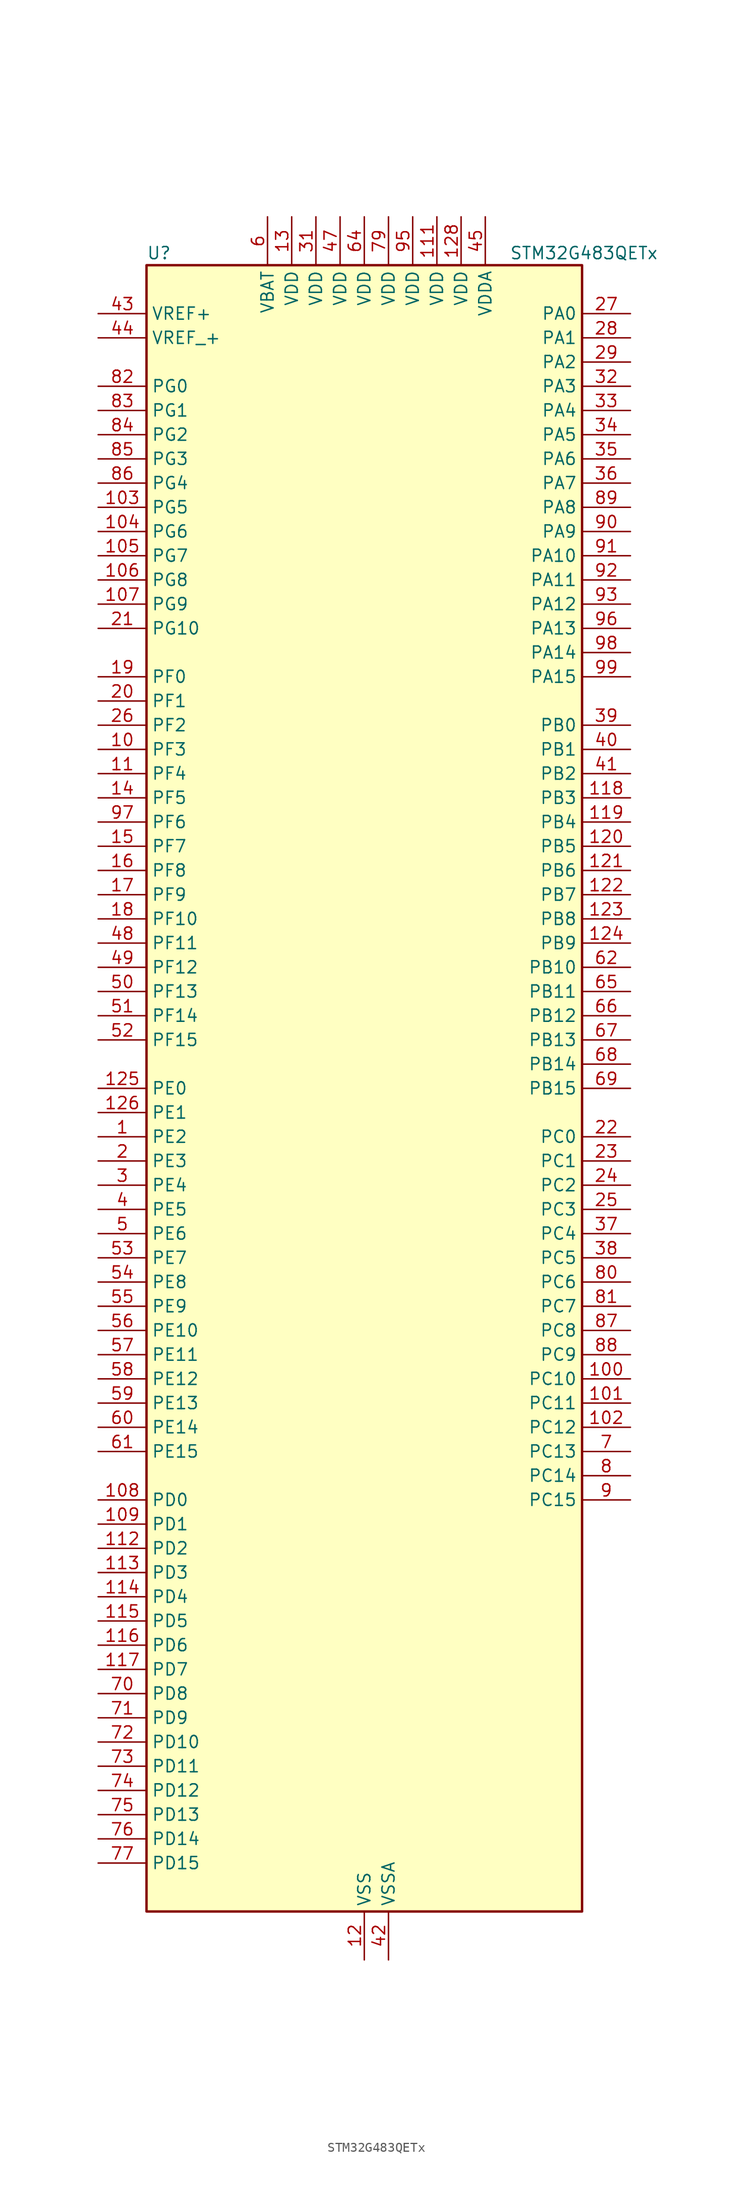
<source format=kicad_sym>
(kicad_symbol_lib
  (version 20241209)
  (generator "kicad_symbol_editor")
  (generator_version "9.0")
  (symbol "STM32G483QETx"
    (property "Reference" "U"
      (at -22.86 87.63 0)
      (effects (font (size 1.27 1.27)) (justify left)))
    (property "Value" "STM32G483QETx"
      (at 15.24 87.63 0)
      (effects (font (size 1.27 1.27)) (justify left)))
    (symbol "STM32G483QETx_0_1"
      (rectangle (start -22.86 -86.36) (end 22.86 86.36) (stroke (width 0.254) (type default)) (fill (type background))))
    (symbol "STM32G483QETx_1_1"
      (pin input line (at -27.94 81.28 0) (length 5.08) (name "VREF+" (effects (font (size 1.27 1.27)))) (number "43" (effects (font (size 1.27 1.27)))) (alternate "VREFBUF_OUT1" bidirectional line))
      (pin input line (at -27.94 78.74 0) (length 5.08) (name "VREF_+" (effects (font (size 1.27 1.27)))) (number "44" (effects (font (size 1.27 1.27)))) (alternate "VREFBUF_OUT2" bidirectional line))
      (pin bidirectional line (at -27.94 73.66 0) (length 5.08) (name "PG0" (effects (font (size 1.27 1.27)))) (number "82" (effects (font (size 1.27 1.27)))) (alternate "FMC_A10" bidirectional line) (alternate "TIM20_CH1N" bidirectional line))
      (pin bidirectional line (at -27.94 71.12 0) (length 5.08) (name "PG1" (effects (font (size 1.27 1.27)))) (number "83" (effects (font (size 1.27 1.27)))) (alternate "FMC_A11" bidirectional line) (alternate "TIM20_CH2N" bidirectional line))
      (pin bidirectional line (at -27.94 68.58 0) (length 5.08) (name "PG2" (effects (font (size 1.27 1.27)))) (number "84" (effects (font (size 1.27 1.27)))) (alternate "ADC3_EXTI2" bidirectional line) (alternate "ADC4_EXTI2" bidirectional line) (alternate "ADC5_EXTI2" bidirectional line) (alternate "FMC_A12" bidirectional line) (alternate "SPI1_SCK" bidirectional line) (alternate "TIM20_CH3N" bidirectional line))
      (pin bidirectional line (at -27.94 66.04 0) (length 5.08) (name "PG3" (effects (font (size 1.27 1.27)))) (number "85" (effects (font (size 1.27 1.27)))) (alternate "ADC3_EXTI3" bidirectional line) (alternate "ADC4_EXTI3" bidirectional line) (alternate "ADC5_EXTI3" bidirectional line) (alternate "FMC_A13" bidirectional line) (alternate "I2C4_SCL" bidirectional line) (alternate "SPI1_MISO" bidirectional line) (alternate "TIM20_BKIN" bidirectional line) (alternate "TIM20_CH4N" bidirectional line))
      (pin bidirectional line (at -27.94 63.5 0) (length 5.08) (name "PG4" (effects (font (size 1.27 1.27)))) (number "86" (effects (font (size 1.27 1.27)))) (alternate "FMC_A14" bidirectional line) (alternate "I2C4_SDA" bidirectional line) (alternate "SPI1_MOSI" bidirectional line) (alternate "TIM20_BKIN2" bidirectional line))
      (pin bidirectional line (at -27.94 60.96 0) (length 5.08) (name "PG5" (effects (font (size 1.27 1.27)))) (number "103" (effects (font (size 1.27 1.27)))) (alternate "FMC_A15" bidirectional line) (alternate "LPUART1_CTS" bidirectional line) (alternate "SPI1_NSS" bidirectional line) (alternate "TIM20_ETR" bidirectional line))
      (pin bidirectional line (at -27.94 58.42 0) (length 5.08) (name "PG6" (effects (font (size 1.27 1.27)))) (number "104" (effects (font (size 1.27 1.27)))) (alternate "FMC_INT" bidirectional line) (alternate "I2C3_SMBA" bidirectional line) (alternate "LPUART1_DE" bidirectional line) (alternate "LPUART1_RTS" bidirectional line) (alternate "TIM20_BKIN" bidirectional line))
      (pin bidirectional line (at -27.94 55.88 0) (length 5.08) (name "PG7" (effects (font (size 1.27 1.27)))) (number "105" (effects (font (size 1.27 1.27)))) (alternate "FMC_INT" bidirectional line) (alternate "I2C3_SCL" bidirectional line) (alternate "LPUART1_TX" bidirectional line) (alternate "SAI1_CK1" bidirectional line) (alternate "SAI1_MCLK_A" bidirectional line))
      (pin bidirectional line (at -27.94 53.34 0) (length 5.08) (name "PG8" (effects (font (size 1.27 1.27)))) (number "106" (effects (font (size 1.27 1.27)))) (alternate "FMC_NE3" bidirectional line) (alternate "I2C3_SDA" bidirectional line) (alternate "LPUART1_RX" bidirectional line))
      (pin bidirectional line (at -27.94 50.8 0) (length 5.08) (name "PG9" (effects (font (size 1.27 1.27)))) (number "107" (effects (font (size 1.27 1.27)))) (alternate "DAC1_EXTI9" bidirectional line) (alternate "DAC2_EXTI9" bidirectional line) (alternate "DAC3_EXTI9" bidirectional line) (alternate "DAC4_EXTI9" bidirectional line) (alternate "FMC_NCE" bidirectional line) (alternate "FMC_NE2" bidirectional line) (alternate "SPI3_SCK" bidirectional line) (alternate "TIM15_CH1N" bidirectional line) (alternate "USART1_TX" bidirectional line))
      (pin bidirectional line (at -27.94 48.26 0) (length 5.08) (name "PG10" (effects (font (size 1.27 1.27)))) (number "21" (effects (font (size 1.27 1.27)))) (alternate "DAC1_EXTI10" bidirectional line) (alternate "DAC2_EXTI10" bidirectional line) (alternate "DAC3_EXTI10" bidirectional line) (alternate "DAC4_EXTI10" bidirectional line) (alternate "RCC_MCO" bidirectional line))
      (pin bidirectional line (at -27.94 43.18 0) (length 5.08) (name "PF0" (effects (font (size 1.27 1.27)))) (number "19" (effects (font (size 1.27 1.27)))) (alternate "ADC1_IN10" bidirectional line) (alternate "I2C2_SDA" bidirectional line) (alternate "I2S2_WS" bidirectional line) (alternate "RCC_OSC_IN" bidirectional line) (alternate "SPI2_NSS" bidirectional line) (alternate "TIM1_CH3N" bidirectional line))
      (pin bidirectional line (at -27.94 40.64 0) (length 5.08) (name "PF1" (effects (font (size 1.27 1.27)))) (number "20" (effects (font (size 1.27 1.27)))) (alternate "ADC2_IN10" bidirectional line) (alternate "COMP3_INM" bidirectional line) (alternate "I2S2_CK" bidirectional line) (alternate "RCC_OSC_OUT" bidirectional line) (alternate "SPI2_SCK" bidirectional line))
      (pin bidirectional line (at -27.94 38.1 0) (length 5.08) (name "PF2" (effects (font (size 1.27 1.27)))) (number "26" (effects (font (size 1.27 1.27)))) (alternate "ADC3_EXTI2" bidirectional line) (alternate "ADC4_EXTI2" bidirectional line) (alternate "ADC5_EXTI2" bidirectional line) (alternate "FMC_A2" bidirectional line) (alternate "I2C2_SMBA" bidirectional line) (alternate "TIM20_CH3" bidirectional line))
      (pin bidirectional line (at -27.94 35.56 0) (length 5.08) (name "PF3" (effects (font (size 1.27 1.27)))) (number "10" (effects (font (size 1.27 1.27)))) (alternate "ADC3_EXTI3" bidirectional line) (alternate "ADC4_EXTI3" bidirectional line) (alternate "ADC5_EXTI3" bidirectional line) (alternate "FMC_A3" bidirectional line) (alternate "I2C3_SCL" bidirectional line) (alternate "TIM20_CH4" bidirectional line))
      (pin bidirectional line (at -27.94 33.02 0) (length 5.08) (name "PF4" (effects (font (size 1.27 1.27)))) (number "11" (effects (font (size 1.27 1.27)))) (alternate "COMP1_OUT" bidirectional line) (alternate "FMC_A4" bidirectional line) (alternate "I2C3_SDA" bidirectional line) (alternate "TIM20_CH1N" bidirectional line))
      (pin bidirectional line (at -27.94 30.48 0) (length 5.08) (name "PF5" (effects (font (size 1.27 1.27)))) (number "14" (effects (font (size 1.27 1.27)))) (alternate "FMC_A5" bidirectional line) (alternate "TIM20_CH2N" bidirectional line))
      (pin bidirectional line (at -27.94 27.94 0) (length 5.08) (name "PF6" (effects (font (size 1.27 1.27)))) (number "97" (effects (font (size 1.27 1.27)))) (alternate "I2C2_SCL" bidirectional line) (alternate "QUADSPI1_BK1_IO3" bidirectional line) (alternate "SAI1_SD_B" bidirectional line) (alternate "TIM4_CH4" bidirectional line) (alternate "TIM5_CH1" bidirectional line) (alternate "TIM5_ETR" bidirectional line) (alternate "USART3_RTS" bidirectional line))
      (pin bidirectional line (at -27.94 25.4 0) (length 5.08) (name "PF7" (effects (font (size 1.27 1.27)))) (number "15" (effects (font (size 1.27 1.27)))) (alternate "FMC_A1" bidirectional line) (alternate "QUADSPI1_BK1_IO2" bidirectional line) (alternate "SAI1_MCLK_B" bidirectional line) (alternate "TIM20_BKIN" bidirectional line) (alternate "TIM5_CH2" bidirectional line))
      (pin bidirectional line (at -27.94 22.86 0) (length 5.08) (name "PF8" (effects (font (size 1.27 1.27)))) (number "16" (effects (font (size 1.27 1.27)))) (alternate "FMC_A24" bidirectional line) (alternate "QUADSPI1_BK1_IO0" bidirectional line) (alternate "SAI1_SCK_B" bidirectional line) (alternate "TIM20_BKIN2" bidirectional line) (alternate "TIM5_CH3" bidirectional line))
      (pin bidirectional line (at -27.94 20.32 0) (length 5.08) (name "PF9" (effects (font (size 1.27 1.27)))) (number "17" (effects (font (size 1.27 1.27)))) (alternate "DAC1_EXTI9" bidirectional line) (alternate "DAC2_EXTI9" bidirectional line) (alternate "DAC3_EXTI9" bidirectional line) (alternate "DAC4_EXTI9" bidirectional line) (alternate "FMC_A25" bidirectional line) (alternate "QUADSPI1_BK1_IO1" bidirectional line) (alternate "SAI1_FS_B" bidirectional line) (alternate "SPI2_SCK" bidirectional line) (alternate "TIM15_CH1" bidirectional line) (alternate "TIM20_BKIN" bidirectional line) (alternate "TIM5_CH4" bidirectional line))
      (pin bidirectional line (at -27.94 17.78 0) (length 5.08) (name "PF10" (effects (font (size 1.27 1.27)))) (number "18" (effects (font (size 1.27 1.27)))) (alternate "DAC1_EXTI10" bidirectional line) (alternate "DAC2_EXTI10" bidirectional line) (alternate "DAC3_EXTI10" bidirectional line) (alternate "DAC4_EXTI10" bidirectional line) (alternate "FMC_A0" bidirectional line) (alternate "QUADSPI1_CLK" bidirectional line) (alternate "SAI1_D3" bidirectional line) (alternate "SPI2_SCK" bidirectional line) (alternate "TIM15_CH2" bidirectional line) (alternate "TIM20_BKIN2" bidirectional line))
      (pin bidirectional line (at -27.94 15.24 0) (length 5.08) (name "PF11" (effects (font (size 1.27 1.27)))) (number "48" (effects (font (size 1.27 1.27)))) (alternate "ADC1_EXTI11" bidirectional line) (alternate "ADC2_EXTI11" bidirectional line) (alternate "FMC_NE4" bidirectional line) (alternate "TIM20_ETR" bidirectional line))
      (pin bidirectional line (at -27.94 12.7 0) (length 5.08) (name "PF12" (effects (font (size 1.27 1.27)))) (number "49" (effects (font (size 1.27 1.27)))) (alternate "FMC_A6" bidirectional line) (alternate "TIM20_CH1" bidirectional line))
      (pin bidirectional line (at -27.94 10.16 0) (length 5.08) (name "PF13" (effects (font (size 1.27 1.27)))) (number "50" (effects (font (size 1.27 1.27)))) (alternate "FMC_A7" bidirectional line) (alternate "I2C4_SMBA" bidirectional line) (alternate "TIM20_CH2" bidirectional line))
      (pin bidirectional line (at -27.94 7.62 0) (length 5.08) (name "PF14" (effects (font (size 1.27 1.27)))) (number "51" (effects (font (size 1.27 1.27)))) (alternate "FMC_A8" bidirectional line) (alternate "I2C4_SCL" bidirectional line) (alternate "TIM20_CH3" bidirectional line))
      (pin bidirectional line (at -27.94 5.08 0) (length 5.08) (name "PF15" (effects (font (size 1.27 1.27)))) (number "52" (effects (font (size 1.27 1.27)))) (alternate "ADC1_EXTI15" bidirectional line) (alternate "ADC2_EXTI15" bidirectional line) (alternate "FMC_A9" bidirectional line) (alternate "I2C4_SDA" bidirectional line) (alternate "TIM20_CH4" bidirectional line))
      (pin bidirectional line (at -27.94 0 0) (length 5.08) (name "PE0" (effects (font (size 1.27 1.27)))) (number "125" (effects (font (size 1.27 1.27)))) (alternate "FMC_NBL0" bidirectional line) (alternate "TIM16_CH1" bidirectional line) (alternate "TIM20_CH4N" bidirectional line) (alternate "TIM20_ETR" bidirectional line) (alternate "TIM4_ETR" bidirectional line) (alternate "USART1_TX" bidirectional line))
      (pin bidirectional line (at -27.94 -2.54 0) (length 5.08) (name "PE1" (effects (font (size 1.27 1.27)))) (number "126" (effects (font (size 1.27 1.27)))) (alternate "FMC_NBL1" bidirectional line) (alternate "TIM17_CH1" bidirectional line) (alternate "TIM20_CH4" bidirectional line) (alternate "USART1_RX" bidirectional line))
      (pin bidirectional line (at -27.94 -5.08 0) (length 5.08) (name "PE2" (effects (font (size 1.27 1.27)))) (number "1" (effects (font (size 1.27 1.27)))) (alternate "ADC3_EXTI2" bidirectional line) (alternate "ADC4_EXTI2" bidirectional line) (alternate "ADC5_EXTI2" bidirectional line) (alternate "FMC_A23" bidirectional line) (alternate "SAI1_CK1" bidirectional line) (alternate "SAI1_MCLK_A" bidirectional line) (alternate "SPI4_SCK" bidirectional line) (alternate "SYS_TRACECLK" bidirectional line) (alternate "TIM20_CH1" bidirectional line) (alternate "TIM3_CH1" bidirectional line))
      (pin bidirectional line (at -27.94 -7.62 0) (length 5.08) (name "PE3" (effects (font (size 1.27 1.27)))) (number "2" (effects (font (size 1.27 1.27)))) (alternate "ADC3_EXTI3" bidirectional line) (alternate "ADC4_EXTI3" bidirectional line) (alternate "ADC5_EXTI3" bidirectional line) (alternate "FMC_A19" bidirectional line) (alternate "SAI1_SD_B" bidirectional line) (alternate "SPI4_NSS" bidirectional line) (alternate "SYS_TRACED0" bidirectional line) (alternate "TIM20_CH2" bidirectional line) (alternate "TIM3_CH2" bidirectional line))
      (pin bidirectional line (at -27.94 -10.16 0) (length 5.08) (name "PE4" (effects (font (size 1.27 1.27)))) (number "3" (effects (font (size 1.27 1.27)))) (alternate "FMC_A20" bidirectional line) (alternate "SAI1_D2" bidirectional line) (alternate "SAI1_FS_A" bidirectional line) (alternate "SPI4_NSS" bidirectional line) (alternate "SYS_TRACED1" bidirectional line) (alternate "TIM20_CH1N" bidirectional line) (alternate "TIM3_CH3" bidirectional line))
      (pin bidirectional line (at -27.94 -12.7 0) (length 5.08) (name "PE5" (effects (font (size 1.27 1.27)))) (number "4" (effects (font (size 1.27 1.27)))) (alternate "FMC_A21" bidirectional line) (alternate "SAI1_CK2" bidirectional line) (alternate "SAI1_SCK_A" bidirectional line) (alternate "SPI4_MISO" bidirectional line) (alternate "SYS_TRACED2" bidirectional line) (alternate "TIM20_CH2N" bidirectional line) (alternate "TIM3_CH4" bidirectional line))
      (pin bidirectional line (at -27.94 -15.24 0) (length 5.08) (name "PE6" (effects (font (size 1.27 1.27)))) (number "5" (effects (font (size 1.27 1.27)))) (alternate "FMC_A22" bidirectional line) (alternate "RTC_TAMP3" bidirectional line) (alternate "SAI1_D1" bidirectional line) (alternate "SAI1_SD_A" bidirectional line) (alternate "SPI4_MOSI" bidirectional line) (alternate "SYS_TRACED3" bidirectional line) (alternate "SYS_WKUP3" bidirectional line) (alternate "TIM20_CH3N" bidirectional line))
      (pin bidirectional line (at -27.94 -17.78 0) (length 5.08) (name "PE7" (effects (font (size 1.27 1.27)))) (number "53" (effects (font (size 1.27 1.27)))) (alternate "ADC3_IN4" bidirectional line) (alternate "COMP4_INP" bidirectional line) (alternate "FMC_D4" bidirectional line) (alternate "FMC_DA4" bidirectional line) (alternate "SAI1_SD_B" bidirectional line) (alternate "TIM1_ETR" bidirectional line))
      (pin bidirectional line (at -27.94 -20.32 0) (length 5.08) (name "PE8" (effects (font (size 1.27 1.27)))) (number "54" (effects (font (size 1.27 1.27)))) (alternate "ADC3_IN6" bidirectional line) (alternate "ADC4_IN6" bidirectional line) (alternate "ADC5_IN6" bidirectional line) (alternate "COMP4_INM" bidirectional line) (alternate "FMC_D5" bidirectional line) (alternate "FMC_DA5" bidirectional line) (alternate "SAI1_SCK_B" bidirectional line) (alternate "TIM1_CH1N" bidirectional line) (alternate "TIM5_CH3" bidirectional line))
      (pin bidirectional line (at -27.94 -22.86 0) (length 5.08) (name "PE9" (effects (font (size 1.27 1.27)))) (number "55" (effects (font (size 1.27 1.27)))) (alternate "ADC3_IN2" bidirectional line) (alternate "DAC1_EXTI9" bidirectional line) (alternate "DAC2_EXTI9" bidirectional line) (alternate "DAC3_EXTI9" bidirectional line) (alternate "DAC4_EXTI9" bidirectional line) (alternate "FMC_D6" bidirectional line) (alternate "FMC_DA6" bidirectional line) (alternate "SAI1_FS_B" bidirectional line) (alternate "TIM1_CH1" bidirectional line) (alternate "TIM5_CH4" bidirectional line))
      (pin bidirectional line (at -27.94 -25.4 0) (length 5.08) (name "PE10" (effects (font (size 1.27 1.27)))) (number "56" (effects (font (size 1.27 1.27)))) (alternate "ADC3_IN14" bidirectional line) (alternate "ADC4_IN14" bidirectional line) (alternate "ADC5_IN14" bidirectional line) (alternate "DAC1_EXTI10" bidirectional line) (alternate "DAC2_EXTI10" bidirectional line) (alternate "DAC3_EXTI10" bidirectional line) (alternate "DAC4_EXTI10" bidirectional line) (alternate "FMC_D7" bidirectional line) (alternate "FMC_DA7" bidirectional line) (alternate "QUADSPI1_CLK" bidirectional line) (alternate "SAI1_MCLK_B" bidirectional line) (alternate "TIM1_CH2N" bidirectional line))
      (pin bidirectional line (at -27.94 -27.94 0) (length 5.08) (name "PE11" (effects (font (size 1.27 1.27)))) (number "57" (effects (font (size 1.27 1.27)))) (alternate "ADC1_EXTI11" bidirectional line) (alternate "ADC2_EXTI11" bidirectional line) (alternate "ADC3_IN15" bidirectional line) (alternate "ADC4_IN15" bidirectional line) (alternate "ADC5_IN15" bidirectional line) (alternate "FMC_D8" bidirectional line) (alternate "FMC_DA8" bidirectional line) (alternate "QUADSPI1_BK1_NCS" bidirectional line) (alternate "SPI4_NSS" bidirectional line) (alternate "TIM1_CH2" bidirectional line))
      (pin bidirectional line (at -27.94 -30.48 0) (length 5.08) (name "PE12" (effects (font (size 1.27 1.27)))) (number "58" (effects (font (size 1.27 1.27)))) (alternate "ADC3_IN16" bidirectional line) (alternate "ADC4_IN16" bidirectional line) (alternate "ADC5_IN16" bidirectional line) (alternate "FMC_D9" bidirectional line) (alternate "FMC_DA9" bidirectional line) (alternate "QUADSPI1_BK1_IO0" bidirectional line) (alternate "SPI4_SCK" bidirectional line) (alternate "TIM1_CH3N" bidirectional line))
      (pin bidirectional line (at -27.94 -33.02 0) (length 5.08) (name "PE13" (effects (font (size 1.27 1.27)))) (number "59" (effects (font (size 1.27 1.27)))) (alternate "ADC3_IN3" bidirectional line) (alternate "FMC_D10" bidirectional line) (alternate "FMC_DA10" bidirectional line) (alternate "QUADSPI1_BK1_IO1" bidirectional line) (alternate "SPI4_MISO" bidirectional line) (alternate "TIM1_CH3" bidirectional line))
      (pin bidirectional line (at -27.94 -35.56 0) (length 5.08) (name "PE14" (effects (font (size 1.27 1.27)))) (number "60" (effects (font (size 1.27 1.27)))) (alternate "ADC4_IN1" bidirectional line) (alternate "FMC_D11" bidirectional line) (alternate "FMC_DA11" bidirectional line) (alternate "QUADSPI1_BK1_IO2" bidirectional line) (alternate "SPI4_MOSI" bidirectional line) (alternate "TIM1_BKIN2" bidirectional line) (alternate "TIM1_CH4" bidirectional line))
      (pin bidirectional line (at -27.94 -38.1 0) (length 5.08) (name "PE15" (effects (font (size 1.27 1.27)))) (number "61" (effects (font (size 1.27 1.27)))) (alternate "ADC1_EXTI15" bidirectional line) (alternate "ADC2_EXTI15" bidirectional line) (alternate "ADC4_IN2" bidirectional line) (alternate "FMC_D12" bidirectional line) (alternate "FMC_DA12" bidirectional line) (alternate "QUADSPI1_BK1_IO3" bidirectional line) (alternate "TIM1_BKIN" bidirectional line) (alternate "TIM1_CH4N" bidirectional line) (alternate "USART3_RX" bidirectional line))
      (pin bidirectional line (at -27.94 -43.18 0) (length 5.08) (name "PD0" (effects (font (size 1.27 1.27)))) (number "108" (effects (font (size 1.27 1.27)))) (alternate "FDCAN1_RX" bidirectional line) (alternate "FMC_D2" bidirectional line) (alternate "FMC_DA2" bidirectional line) (alternate "TIM8_CH4N" bidirectional line))
      (pin bidirectional line (at -27.94 -45.72 0) (length 5.08) (name "PD1" (effects (font (size 1.27 1.27)))) (number "109" (effects (font (size 1.27 1.27)))) (alternate "FDCAN1_TX" bidirectional line) (alternate "FMC_D3" bidirectional line) (alternate "FMC_DA3" bidirectional line) (alternate "TIM8_BKIN2" bidirectional line) (alternate "TIM8_CH4" bidirectional line))
      (pin bidirectional line (at -27.94 -48.26 0) (length 5.08) (name "PD2" (effects (font (size 1.27 1.27)))) (number "112" (effects (font (size 1.27 1.27)))) (alternate "ADC3_EXTI2" bidirectional line) (alternate "ADC4_EXTI2" bidirectional line) (alternate "ADC5_EXTI2" bidirectional line) (alternate "TIM3_ETR" bidirectional line) (alternate "TIM8_BKIN" bidirectional line) (alternate "UART5_RX" bidirectional line))
      (pin bidirectional line (at -27.94 -50.8 0) (length 5.08) (name "PD3" (effects (font (size 1.27 1.27)))) (number "113" (effects (font (size 1.27 1.27)))) (alternate "ADC3_EXTI3" bidirectional line) (alternate "ADC4_EXTI3" bidirectional line) (alternate "ADC5_EXTI3" bidirectional line) (alternate "FMC_CLK" bidirectional line) (alternate "QUADSPI1_BK2_NCS" bidirectional line) (alternate "TIM2_CH1" bidirectional line) (alternate "TIM2_ETR" bidirectional line) (alternate "USART2_CTS" bidirectional line) (alternate "USART2_NSS" bidirectional line))
      (pin bidirectional line (at -27.94 -53.34 0) (length 5.08) (name "PD4" (effects (font (size 1.27 1.27)))) (number "114" (effects (font (size 1.27 1.27)))) (alternate "FMC_NOE" bidirectional line) (alternate "QUADSPI1_BK2_IO0" bidirectional line) (alternate "TIM2_CH2" bidirectional line) (alternate "USART2_DE" bidirectional line) (alternate "USART2_RTS" bidirectional line))
      (pin bidirectional line (at -27.94 -55.88 0) (length 5.08) (name "PD5" (effects (font (size 1.27 1.27)))) (number "115" (effects (font (size 1.27 1.27)))) (alternate "FMC_NWE" bidirectional line) (alternate "QUADSPI1_BK2_IO1" bidirectional line) (alternate "USART2_TX" bidirectional line))
      (pin bidirectional line (at -27.94 -58.42 0) (length 5.08) (name "PD6" (effects (font (size 1.27 1.27)))) (number "116" (effects (font (size 1.27 1.27)))) (alternate "FMC_NWAIT" bidirectional line) (alternate "QUADSPI1_BK2_IO2" bidirectional line) (alternate "SAI1_D1" bidirectional line) (alternate "SAI1_SD_A" bidirectional line) (alternate "TIM2_CH4" bidirectional line) (alternate "USART2_RX" bidirectional line))
      (pin bidirectional line (at -27.94 -60.96 0) (length 5.08) (name "PD7" (effects (font (size 1.27 1.27)))) (number "117" (effects (font (size 1.27 1.27)))) (alternate "FMC_NCE" bidirectional line) (alternate "FMC_NE1" bidirectional line) (alternate "QUADSPI1_BK2_IO3" bidirectional line) (alternate "TIM2_CH3" bidirectional line) (alternate "USART2_CK" bidirectional line))
      (pin bidirectional line (at -27.94 -63.5 0) (length 5.08) (name "PD8" (effects (font (size 1.27 1.27)))) (number "70" (effects (font (size 1.27 1.27)))) (alternate "ADC4_IN12" bidirectional line) (alternate "ADC5_IN12" bidirectional line) (alternate "FMC_D13" bidirectional line) (alternate "FMC_DA13" bidirectional line) (alternate "OPAMP4_VINM" bidirectional line) (alternate "OPAMP4_VINM1" bidirectional line) (alternate "OPAMP4_VINM_SEC" bidirectional line) (alternate "USART3_TX" bidirectional line))
      (pin bidirectional line (at -27.94 -66.04 0) (length 5.08) (name "PD9" (effects (font (size 1.27 1.27)))) (number "71" (effects (font (size 1.27 1.27)))) (alternate "ADC4_IN13" bidirectional line) (alternate "ADC5_IN13" bidirectional line) (alternate "DAC1_EXTI9" bidirectional line) (alternate "DAC2_EXTI9" bidirectional line) (alternate "DAC3_EXTI9" bidirectional line) (alternate "DAC4_EXTI9" bidirectional line) (alternate "FMC_D14" bidirectional line) (alternate "FMC_DA14" bidirectional line) (alternate "OPAMP6_VINP" bidirectional line) (alternate "OPAMP6_VINP_SEC" bidirectional line) (alternate "USART3_RX" bidirectional line))
      (pin bidirectional line (at -27.94 -68.58 0) (length 5.08) (name "PD10" (effects (font (size 1.27 1.27)))) (number "72" (effects (font (size 1.27 1.27)))) (alternate "ADC3_IN7" bidirectional line) (alternate "ADC4_IN7" bidirectional line) (alternate "ADC5_IN7" bidirectional line) (alternate "COMP6_INM" bidirectional line) (alternate "DAC1_EXTI10" bidirectional line) (alternate "DAC2_EXTI10" bidirectional line) (alternate "DAC3_EXTI10" bidirectional line) (alternate "DAC4_EXTI10" bidirectional line) (alternate "FMC_D15" bidirectional line) (alternate "FMC_DA15" bidirectional line) (alternate "USART3_CK" bidirectional line))
      (pin bidirectional line (at -27.94 -71.12 0) (length 5.08) (name "PD11" (effects (font (size 1.27 1.27)))) (number "73" (effects (font (size 1.27 1.27)))) (alternate "ADC1_EXTI11" bidirectional line) (alternate "ADC2_EXTI11" bidirectional line) (alternate "ADC3_IN8" bidirectional line) (alternate "ADC4_IN8" bidirectional line) (alternate "ADC5_IN8" bidirectional line) (alternate "COMP6_INP" bidirectional line) (alternate "FMC_A16" bidirectional line) (alternate "FMC_CLE" bidirectional line) (alternate "I2C4_SMBA" bidirectional line) (alternate "OPAMP4_VINP" bidirectional line) (alternate "OPAMP4_VINP_SEC" bidirectional line) (alternate "TIM5_ETR" bidirectional line) (alternate "USART3_CTS" bidirectional line) (alternate "USART3_NSS" bidirectional line))
      (pin bidirectional line (at -27.94 -73.66 0) (length 5.08) (name "PD12" (effects (font (size 1.27 1.27)))) (number "74" (effects (font (size 1.27 1.27)))) (alternate "ADC3_IN9" bidirectional line) (alternate "ADC4_IN9" bidirectional line) (alternate "ADC5_IN9" bidirectional line) (alternate "COMP5_INP" bidirectional line) (alternate "FMC_A17" bidirectional line) (alternate "FMC_ALE" bidirectional line) (alternate "OPAMP5_VINP" bidirectional line) (alternate "OPAMP5_VINP_SEC" bidirectional line) (alternate "TIM4_CH1" bidirectional line) (alternate "USART3_DE" bidirectional line) (alternate "USART3_RTS" bidirectional line))
      (pin bidirectional line (at -27.94 -76.2 0) (length 5.08) (name "PD13" (effects (font (size 1.27 1.27)))) (number "75" (effects (font (size 1.27 1.27)))) (alternate "ADC3_IN10" bidirectional line) (alternate "ADC4_IN10" bidirectional line) (alternate "ADC5_IN10" bidirectional line) (alternate "COMP5_INM" bidirectional line) (alternate "FMC_A18" bidirectional line) (alternate "TIM4_CH2" bidirectional line))
      (pin bidirectional line (at -27.94 -78.74 0) (length 5.08) (name "PD14" (effects (font (size 1.27 1.27)))) (number "76" (effects (font (size 1.27 1.27)))) (alternate "ADC3_IN11" bidirectional line) (alternate "ADC4_IN11" bidirectional line) (alternate "ADC5_IN11" bidirectional line) (alternate "COMP7_INP" bidirectional line) (alternate "FMC_D0" bidirectional line) (alternate "FMC_DA0" bidirectional line) (alternate "OPAMP2_VINP" bidirectional line) (alternate "OPAMP2_VINP_SEC" bidirectional line) (alternate "TIM4_CH3" bidirectional line))
      (pin bidirectional line (at -27.94 -81.28 0) (length 5.08) (name "PD15" (effects (font (size 1.27 1.27)))) (number "77" (effects (font (size 1.27 1.27)))) (alternate "ADC1_EXTI15" bidirectional line) (alternate "ADC2_EXTI15" bidirectional line) (alternate "COMP7_INM" bidirectional line) (alternate "FMC_D1" bidirectional line) (alternate "FMC_DA1" bidirectional line) (alternate "SPI2_NSS" bidirectional line) (alternate "TIM4_CH4" bidirectional line))
      (pin power_in line (at -10.16 91.44 270) (length 5.08) (name "VBAT" (effects (font (size 1.27 1.27)))) (number "6" (effects (font (size 1.27 1.27)))))
      (pin power_in line (at -7.62 91.44 270) (length 5.08) (name "VDD" (effects (font (size 1.27 1.27)))) (number "13" (effects (font (size 1.27 1.27)))))
      (pin power_in line (at -5.08 91.44 270) (length 5.08) (name "VDD" (effects (font (size 1.27 1.27)))) (number "31" (effects (font (size 1.27 1.27)))))
      (pin power_in line (at -2.54 91.44 270) (length 5.08) (name "VDD" (effects (font (size 1.27 1.27)))) (number "47" (effects (font (size 1.27 1.27)))))
      (pin power_in line (at 0 91.44 270) (length 5.08) (name "VDD" (effects (font (size 1.27 1.27)))) (number "64" (effects (font (size 1.27 1.27)))))
      (pin passive line (at 0 -91.44 90) (length 5.08) (hide yes) (name "VSS" (effects (font (size 1.27 1.27)))) (number "110" (effects (font (size 1.27 1.27)))))
      (pin power_in line (at 0 -91.44 90) (length 5.08) (name "VSS" (effects (font (size 1.27 1.27)))) (number "12" (effects (font (size 1.27 1.27)))))
      (pin passive line (at 0 -91.44 90) (length 5.08) (hide yes) (name "VSS" (effects (font (size 1.27 1.27)))) (number "127" (effects (font (size 1.27 1.27)))))
      (pin passive line (at 0 -91.44 90) (length 5.08) (hide yes) (name "VSS" (effects (font (size 1.27 1.27)))) (number "30" (effects (font (size 1.27 1.27)))))
      (pin passive line (at 0 -91.44 90) (length 5.08) (hide yes) (name "VSS" (effects (font (size 1.27 1.27)))) (number "46" (effects (font (size 1.27 1.27)))))
      (pin passive line (at 0 -91.44 90) (length 5.08) (hide yes) (name "VSS" (effects (font (size 1.27 1.27)))) (number "63" (effects (font (size 1.27 1.27)))))
      (pin passive line (at 0 -91.44 90) (length 5.08) (hide yes) (name "VSS" (effects (font (size 1.27 1.27)))) (number "78" (effects (font (size 1.27 1.27)))))
      (pin passive line (at 0 -91.44 90) (length 5.08) (hide yes) (name "VSS" (effects (font (size 1.27 1.27)))) (number "94" (effects (font (size 1.27 1.27)))))
      (pin power_in line (at 2.54 91.44 270) (length 5.08) (name "VDD" (effects (font (size 1.27 1.27)))) (number "79" (effects (font (size 1.27 1.27)))))
      (pin power_in line (at 2.54 -91.44 90) (length 5.08) (name "VSSA" (effects (font (size 1.27 1.27)))) (number "42" (effects (font (size 1.27 1.27)))))
      (pin power_in line (at 5.08 91.44 270) (length 5.08) (name "VDD" (effects (font (size 1.27 1.27)))) (number "95" (effects (font (size 1.27 1.27)))))
      (pin power_in line (at 7.62 91.44 270) (length 5.08) (name "VDD" (effects (font (size 1.27 1.27)))) (number "111" (effects (font (size 1.27 1.27)))))
      (pin power_in line (at 10.16 91.44 270) (length 5.08) (name "VDD" (effects (font (size 1.27 1.27)))) (number "128" (effects (font (size 1.27 1.27)))))
      (pin power_in line (at 12.7 91.44 270) (length 5.08) (name "VDDA" (effects (font (size 1.27 1.27)))) (number "45" (effects (font (size 1.27 1.27)))))
      (pin bidirectional line (at 27.94 81.28 180) (length 5.08) (name "PA0" (effects (font (size 1.27 1.27)))) (number "27" (effects (font (size 1.27 1.27)))) (alternate "ADC1_IN1" bidirectional line) (alternate "ADC2_IN1" bidirectional line) (alternate "COMP1_INM" bidirectional line) (alternate "COMP1_OUT" bidirectional line) (alternate "COMP3_INP" bidirectional line) (alternate "RTC_TAMP2" bidirectional line) (alternate "SYS_WKUP1" bidirectional line) (alternate "TIM2_CH1" bidirectional line) (alternate "TIM2_ETR" bidirectional line) (alternate "TIM5_CH1" bidirectional line) (alternate "TIM8_BKIN" bidirectional line) (alternate "TIM8_ETR" bidirectional line) (alternate "USART2_CTS" bidirectional line) (alternate "USART2_NSS" bidirectional line))
      (pin bidirectional line (at 27.94 78.74 180) (length 5.08) (name "PA1" (effects (font (size 1.27 1.27)))) (number "28" (effects (font (size 1.27 1.27)))) (alternate "ADC1_IN2" bidirectional line) (alternate "ADC2_IN2" bidirectional line) (alternate "COMP1_INP" bidirectional line) (alternate "OPAMP1_VINP" bidirectional line) (alternate "OPAMP1_VINP_SEC" bidirectional line) (alternate "OPAMP3_VINP" bidirectional line) (alternate "OPAMP3_VINP_SEC" bidirectional line) (alternate "OPAMP6_VINM" bidirectional line) (alternate "OPAMP6_VINM0" bidirectional line) (alternate "OPAMP6_VINM_SEC" bidirectional line) (alternate "RTC_REFIN" bidirectional line) (alternate "TIM15_CH1N" bidirectional line) (alternate "TIM2_CH2" bidirectional line) (alternate "TIM5_CH2" bidirectional line) (alternate "USART2_DE" bidirectional line) (alternate "USART2_RTS" bidirectional line))
      (pin bidirectional line (at 27.94 76.2 180) (length 5.08) (name "PA2" (effects (font (size 1.27 1.27)))) (number "29" (effects (font (size 1.27 1.27)))) (alternate "ADC1_IN3" bidirectional line) (alternate "ADC3_EXTI2" bidirectional line) (alternate "ADC4_EXTI2" bidirectional line) (alternate "ADC5_EXTI2" bidirectional line) (alternate "COMP2_INM" bidirectional line) (alternate "COMP2_OUT" bidirectional line) (alternate "LPUART1_TX" bidirectional line) (alternate "OPAMP1_VOUT" bidirectional line) (alternate "QUADSPI1_BK1_NCS" bidirectional line) (alternate "RCC_LSCO" bidirectional line) (alternate "SYS_WKUP4" bidirectional line) (alternate "TIM15_CH1" bidirectional line) (alternate "TIM2_CH3" bidirectional line) (alternate "TIM5_CH3" bidirectional line) (alternate "UCPD1_FRSTX1" bidirectional line) (alternate "UCPD1_FRSTX2" bidirectional line) (alternate "USART2_TX" bidirectional line))
      (pin bidirectional line (at 27.94 73.66 180) (length 5.08) (name "PA3" (effects (font (size 1.27 1.27)))) (number "32" (effects (font (size 1.27 1.27)))) (alternate "ADC1_IN4" bidirectional line) (alternate "ADC3_EXTI3" bidirectional line) (alternate "ADC4_EXTI3" bidirectional line) (alternate "ADC5_EXTI3" bidirectional line) (alternate "COMP2_INP" bidirectional line) (alternate "LPUART1_RX" bidirectional line) (alternate "OPAMP1_VINM" bidirectional line) (alternate "OPAMP1_VINM0" bidirectional line) (alternate "OPAMP1_VINM_SEC" bidirectional line) (alternate "OPAMP1_VINP" bidirectional line) (alternate "OPAMP1_VINP_SEC" bidirectional line) (alternate "OPAMP5_VINM" bidirectional line) (alternate "OPAMP5_VINM1" bidirectional line) (alternate "OPAMP5_VINM_SEC" bidirectional line) (alternate "QUADSPI1_CLK" bidirectional line) (alternate "SAI1_CK1" bidirectional line) (alternate "SAI1_MCLK_A" bidirectional line) (alternate "TIM15_CH2" bidirectional line) (alternate "TIM2_CH4" bidirectional line) (alternate "TIM5_CH4" bidirectional line) (alternate "USART2_RX" bidirectional line))
      (pin bidirectional line (at 27.94 71.12 180) (length 5.08) (name "PA4" (effects (font (size 1.27 1.27)))) (number "33" (effects (font (size 1.27 1.27)))) (alternate "ADC2_IN17" bidirectional line) (alternate "COMP1_INM" bidirectional line) (alternate "DAC1_OUT1" bidirectional line) (alternate "I2S3_WS" bidirectional line) (alternate "SAI1_FS_B" bidirectional line) (alternate "SPI1_NSS" bidirectional line) (alternate "SPI3_NSS" bidirectional line) (alternate "TIM3_CH2" bidirectional line) (alternate "USART2_CK" bidirectional line))
      (pin bidirectional line (at 27.94 68.58 180) (length 5.08) (name "PA5" (effects (font (size 1.27 1.27)))) (number "34" (effects (font (size 1.27 1.27)))) (alternate "ADC2_IN13" bidirectional line) (alternate "COMP2_INM" bidirectional line) (alternate "DAC1_OUT2" bidirectional line) (alternate "OPAMP2_VINM" bidirectional line) (alternate "OPAMP2_VINM0" bidirectional line) (alternate "OPAMP2_VINM_SEC" bidirectional line) (alternate "SPI1_SCK" bidirectional line) (alternate "TIM2_CH1" bidirectional line) (alternate "TIM2_ETR" bidirectional line) (alternate "UCPD1_FRSTX1" bidirectional line) (alternate "UCPD1_FRSTX2" bidirectional line))
      (pin bidirectional line (at 27.94 66.04 180) (length 5.08) (name "PA6" (effects (font (size 1.27 1.27)))) (number "35" (effects (font (size 1.27 1.27)))) (alternate "ADC2_IN3" bidirectional line) (alternate "COMP1_OUT" bidirectional line) (alternate "DAC2_OUT1" bidirectional line) (alternate "LPUART1_CTS" bidirectional line) (alternate "OPAMP2_VOUT" bidirectional line) (alternate "QUADSPI1_BK1_IO3" bidirectional line) (alternate "SPI1_MISO" bidirectional line) (alternate "TIM16_CH1" bidirectional line) (alternate "TIM1_BKIN" bidirectional line) (alternate "TIM3_CH1" bidirectional line) (alternate "TIM8_BKIN" bidirectional line))
      (pin bidirectional line (at 27.94 63.5 180) (length 5.08) (name "PA7" (effects (font (size 1.27 1.27)))) (number "36" (effects (font (size 1.27 1.27)))) (alternate "ADC2_IN4" bidirectional line) (alternate "COMP2_INP" bidirectional line) (alternate "COMP2_OUT" bidirectional line) (alternate "OPAMP1_VINP" bidirectional line) (alternate "OPAMP1_VINP_SEC" bidirectional line) (alternate "OPAMP2_VINP" bidirectional line) (alternate "OPAMP2_VINP_SEC" bidirectional line) (alternate "QUADSPI1_BK1_IO2" bidirectional line) (alternate "SPI1_MOSI" bidirectional line) (alternate "TIM17_CH1" bidirectional line) (alternate "TIM1_CH1N" bidirectional line) (alternate "TIM3_CH2" bidirectional line) (alternate "TIM8_CH1N" bidirectional line) (alternate "UCPD1_FRSTX1" bidirectional line) (alternate "UCPD1_FRSTX2" bidirectional line))
      (pin bidirectional line (at 27.94 60.96 180) (length 5.08) (name "PA8" (effects (font (size 1.27 1.27)))) (number "89" (effects (font (size 1.27 1.27)))) (alternate "ADC5_IN1" bidirectional line) (alternate "COMP7_OUT" bidirectional line) (alternate "FDCAN3_RX" bidirectional line) (alternate "I2C2_SDA" bidirectional line) (alternate "I2C3_SCL" bidirectional line) (alternate "I2S2_MCK" bidirectional line) (alternate "OPAMP5_VOUT" bidirectional line) (alternate "RCC_MCO" bidirectional line) (alternate "SAI1_CK2" bidirectional line) (alternate "SAI1_SCK_A" bidirectional line) (alternate "TIM1_CH1" bidirectional line) (alternate "TIM4_ETR" bidirectional line) (alternate "USART1_CK" bidirectional line))
      (pin bidirectional line (at 27.94 58.42 180) (length 5.08) (name "PA9" (effects (font (size 1.27 1.27)))) (number "90" (effects (font (size 1.27 1.27)))) (alternate "ADC5_IN2" bidirectional line) (alternate "COMP5_OUT" bidirectional line) (alternate "DAC1_EXTI9" bidirectional line) (alternate "DAC2_EXTI9" bidirectional line) (alternate "DAC3_EXTI9" bidirectional line) (alternate "DAC4_EXTI9" bidirectional line) (alternate "I2C2_SCL" bidirectional line) (alternate "I2C3_SMBA" bidirectional line) (alternate "I2S3_MCK" bidirectional line) (alternate "SAI1_FS_A" bidirectional line) (alternate "TIM15_BKIN" bidirectional line) (alternate "TIM1_CH2" bidirectional line) (alternate "TIM2_CH3" bidirectional line) (alternate "UCPD1_DBCC1" bidirectional line) (alternate "USART1_TX" bidirectional line))
      (pin bidirectional line (at 27.94 55.88 180) (length 5.08) (name "PA10" (effects (font (size 1.27 1.27)))) (number "91" (effects (font (size 1.27 1.27)))) (alternate "COMP6_OUT" bidirectional line) (alternate "CRS_SYNC" bidirectional line) (alternate "DAC1_EXTI10" bidirectional line) (alternate "DAC2_EXTI10" bidirectional line) (alternate "DAC3_EXTI10" bidirectional line) (alternate "DAC4_EXTI10" bidirectional line) (alternate "I2C2_SMBA" bidirectional line) (alternate "SAI1_D1" bidirectional line) (alternate "SAI1_SD_A" bidirectional line) (alternate "SPI2_MISO" bidirectional line) (alternate "TIM17_BKIN" bidirectional line) (alternate "TIM1_CH3" bidirectional line) (alternate "TIM2_CH4" bidirectional line) (alternate "TIM8_BKIN" bidirectional line) (alternate "UCPD1_DBCC2" bidirectional line) (alternate "USART1_RX" bidirectional line))
      (pin bidirectional line (at 27.94 53.34 180) (length 5.08) (name "PA11" (effects (font (size 1.27 1.27)))) (number "92" (effects (font (size 1.27 1.27)))) (alternate "ADC1_EXTI11" bidirectional line) (alternate "ADC2_EXTI11" bidirectional line) (alternate "COMP1_OUT" bidirectional line) (alternate "FDCAN1_RX" bidirectional line) (alternate "I2S2_SD" bidirectional line) (alternate "SPI2_MOSI" bidirectional line) (alternate "TIM1_BKIN2" bidirectional line) (alternate "TIM1_CH1N" bidirectional line) (alternate "TIM1_CH4" bidirectional line) (alternate "TIM4_CH1" bidirectional line) (alternate "USART1_CTS" bidirectional line) (alternate "USART1_NSS" bidirectional line) (alternate "USB_DM" bidirectional line))
      (pin bidirectional line (at 27.94 50.8 180) (length 5.08) (name "PA12" (effects (font (size 1.27 1.27)))) (number "93" (effects (font (size 1.27 1.27)))) (alternate "COMP2_OUT" bidirectional line) (alternate "FDCAN1_TX" bidirectional line) (alternate "I2S_CKIN" bidirectional line) (alternate "TIM16_CH1" bidirectional line) (alternate "TIM1_CH2N" bidirectional line) (alternate "TIM1_ETR" bidirectional line) (alternate "TIM4_CH2" bidirectional line) (alternate "USART1_DE" bidirectional line) (alternate "USART1_RTS" bidirectional line) (alternate "USB_DP" bidirectional line))
      (pin bidirectional line (at 27.94 48.26 180) (length 5.08) (name "PA13" (effects (font (size 1.27 1.27)))) (number "96" (effects (font (size 1.27 1.27)))) (alternate "I2C1_SCL" bidirectional line) (alternate "I2C4_SCL" bidirectional line) (alternate "IR_OUT" bidirectional line) (alternate "SAI1_SD_B" bidirectional line) (alternate "SYS_JTMS-SWDIO" bidirectional line) (alternate "TIM16_CH1N" bidirectional line) (alternate "TIM4_CH3" bidirectional line) (alternate "USART3_CTS" bidirectional line) (alternate "USART3_NSS" bidirectional line))
      (pin bidirectional line (at 27.94 45.72 180) (length 5.08) (name "PA14" (effects (font (size 1.27 1.27)))) (number "98" (effects (font (size 1.27 1.27)))) (alternate "I2C1_SDA" bidirectional line) (alternate "I2C4_SMBA" bidirectional line) (alternate "LPTIM1_OUT" bidirectional line) (alternate "SAI1_FS_B" bidirectional line) (alternate "SYS_JTCK-SWCLK" bidirectional line) (alternate "TIM1_BKIN" bidirectional line) (alternate "TIM8_CH2" bidirectional line) (alternate "USART2_TX" bidirectional line))
      (pin bidirectional line (at 27.94 43.18 180) (length 5.08) (name "PA15" (effects (font (size 1.27 1.27)))) (number "99" (effects (font (size 1.27 1.27)))) (alternate "ADC1_EXTI15" bidirectional line) (alternate "ADC2_EXTI15" bidirectional line) (alternate "FDCAN3_TX" bidirectional line) (alternate "I2C1_SCL" bidirectional line) (alternate "I2S3_WS" bidirectional line) (alternate "SPI1_NSS" bidirectional line) (alternate "SPI3_NSS" bidirectional line) (alternate "SYS_JTDI" bidirectional line) (alternate "TIM1_BKIN" bidirectional line) (alternate "TIM2_CH1" bidirectional line) (alternate "TIM2_ETR" bidirectional line) (alternate "TIM8_CH1" bidirectional line) (alternate "UART4_DE" bidirectional line) (alternate "UART4_RTS" bidirectional line) (alternate "USART2_RX" bidirectional line))
      (pin bidirectional line (at 27.94 38.1 180) (length 5.08) (name "PB0" (effects (font (size 1.27 1.27)))) (number "39" (effects (font (size 1.27 1.27)))) (alternate "ADC1_IN15" bidirectional line) (alternate "ADC3_IN12" bidirectional line) (alternate "COMP4_INP" bidirectional line) (alternate "OPAMP2_VINP" bidirectional line) (alternate "OPAMP2_VINP_SEC" bidirectional line) (alternate "OPAMP3_VINP" bidirectional line) (alternate "OPAMP3_VINP_SEC" bidirectional line) (alternate "QUADSPI1_BK1_IO1" bidirectional line) (alternate "TIM1_CH2N" bidirectional line) (alternate "TIM3_CH3" bidirectional line) (alternate "TIM8_CH2N" bidirectional line) (alternate "UCPD1_FRSTX1" bidirectional line) (alternate "UCPD1_FRSTX2" bidirectional line))
      (pin bidirectional line (at 27.94 35.56 180) (length 5.08) (name "PB1" (effects (font (size 1.27 1.27)))) (number "40" (effects (font (size 1.27 1.27)))) (alternate "ADC1_IN12" bidirectional line) (alternate "ADC3_IN1" bidirectional line) (alternate "COMP1_INP" bidirectional line) (alternate "COMP4_OUT" bidirectional line) (alternate "LPUART1_DE" bidirectional line) (alternate "LPUART1_RTS" bidirectional line) (alternate "OPAMP3_VOUT" bidirectional line) (alternate "OPAMP6_VINM" bidirectional line) (alternate "OPAMP6_VINM1" bidirectional line) (alternate "OPAMP6_VINM_SEC" bidirectional line) (alternate "QUADSPI1_BK1_IO0" bidirectional line) (alternate "TIM1_CH3N" bidirectional line) (alternate "TIM3_CH4" bidirectional line) (alternate "TIM8_CH3N" bidirectional line))
      (pin bidirectional line (at 27.94 33.02 180) (length 5.08) (name "PB2" (effects (font (size 1.27 1.27)))) (number "41" (effects (font (size 1.27 1.27)))) (alternate "ADC2_IN12" bidirectional line) (alternate "ADC3_EXTI2" bidirectional line) (alternate "ADC4_EXTI2" bidirectional line) (alternate "ADC5_EXTI2" bidirectional line) (alternate "COMP4_INM" bidirectional line) (alternate "I2C3_SMBA" bidirectional line) (alternate "LPTIM1_OUT" bidirectional line) (alternate "OPAMP3_VINM" bidirectional line) (alternate "OPAMP3_VINM0" bidirectional line) (alternate "OPAMP3_VINM_SEC" bidirectional line) (alternate "QUADSPI1_BK2_IO1" bidirectional line) (alternate "RTC_OUT2" bidirectional line) (alternate "TIM20_CH1" bidirectional line) (alternate "TIM5_CH1" bidirectional line))
      (pin bidirectional line (at 27.94 30.48 180) (length 5.08) (name "PB3" (effects (font (size 1.27 1.27)))) (number "118" (effects (font (size 1.27 1.27)))) (alternate "ADC3_EXTI3" bidirectional line) (alternate "ADC4_EXTI3" bidirectional line) (alternate "ADC5_EXTI3" bidirectional line) (alternate "CRS_SYNC" bidirectional line) (alternate "FDCAN3_RX" bidirectional line) (alternate "I2S3_CK" bidirectional line) (alternate "SAI1_SCK_B" bidirectional line) (alternate "SPI1_SCK" bidirectional line) (alternate "SPI3_SCK" bidirectional line) (alternate "SYS_JTDO-SWO" bidirectional line) (alternate "TIM2_CH2" bidirectional line) (alternate "TIM3_ETR" bidirectional line) (alternate "TIM4_ETR" bidirectional line) (alternate "TIM8_CH1N" bidirectional line) (alternate "USART2_TX" bidirectional line))
      (pin bidirectional line (at 27.94 27.94 180) (length 5.08) (name "PB4" (effects (font (size 1.27 1.27)))) (number "119" (effects (font (size 1.27 1.27)))) (alternate "FDCAN3_TX" bidirectional line) (alternate "SAI1_MCLK_B" bidirectional line) (alternate "SPI1_MISO" bidirectional line) (alternate "SPI3_MISO" bidirectional line) (alternate "SYS_JTRST" bidirectional line) (alternate "TIM16_CH1" bidirectional line) (alternate "TIM17_BKIN" bidirectional line) (alternate "TIM3_CH1" bidirectional line) (alternate "TIM8_CH2N" bidirectional line) (alternate "UART5_DE" bidirectional line) (alternate "UART5_RTS" bidirectional line) (alternate "UCPD1_CC2" bidirectional line) (alternate "USART2_RX" bidirectional line))
      (pin bidirectional line (at 27.94 25.4 180) (length 5.08) (name "PB5" (effects (font (size 1.27 1.27)))) (number "120" (effects (font (size 1.27 1.27)))) (alternate "FDCAN2_RX" bidirectional line) (alternate "I2C1_SMBA" bidirectional line) (alternate "I2C3_SDA" bidirectional line) (alternate "I2S3_SD" bidirectional line) (alternate "LPTIM1_IN1" bidirectional line) (alternate "SAI1_SD_B" bidirectional line) (alternate "SPI1_MOSI" bidirectional line) (alternate "SPI3_MOSI" bidirectional line) (alternate "TIM16_BKIN" bidirectional line) (alternate "TIM17_CH1" bidirectional line) (alternate "TIM3_CH2" bidirectional line) (alternate "TIM8_CH3N" bidirectional line) (alternate "UART5_CTS" bidirectional line) (alternate "USART2_CK" bidirectional line))
      (pin bidirectional line (at 27.94 22.86 180) (length 5.08) (name "PB6" (effects (font (size 1.27 1.27)))) (number "121" (effects (font (size 1.27 1.27)))) (alternate "COMP4_OUT" bidirectional line) (alternate "FDCAN2_TX" bidirectional line) (alternate "LPTIM1_ETR" bidirectional line) (alternate "SAI1_FS_B" bidirectional line) (alternate "TIM16_CH1N" bidirectional line) (alternate "TIM4_CH1" bidirectional line) (alternate "TIM8_BKIN2" bidirectional line) (alternate "TIM8_CH1" bidirectional line) (alternate "TIM8_ETR" bidirectional line) (alternate "UCPD1_CC1" bidirectional line) (alternate "USART1_TX" bidirectional line))
      (pin bidirectional line (at 27.94 20.32 180) (length 5.08) (name "PB7" (effects (font (size 1.27 1.27)))) (number "122" (effects (font (size 1.27 1.27)))) (alternate "COMP3_OUT" bidirectional line) (alternate "FMC_NL" bidirectional line) (alternate "I2C1_SDA" bidirectional line) (alternate "I2C4_SDA" bidirectional line) (alternate "LPTIM1_IN2" bidirectional line) (alternate "SYS_PVD_IN" bidirectional line) (alternate "TIM17_CH1N" bidirectional line) (alternate "TIM3_CH4" bidirectional line) (alternate "TIM4_CH2" bidirectional line) (alternate "TIM8_BKIN" bidirectional line) (alternate "UART4_CTS" bidirectional line) (alternate "USART1_RX" bidirectional line))
      (pin bidirectional line (at 27.94 17.78 180) (length 5.08) (name "PB8" (effects (font (size 1.27 1.27)))) (number "123" (effects (font (size 1.27 1.27)))) (alternate "COMP1_OUT" bidirectional line) (alternate "FDCAN1_RX" bidirectional line) (alternate "I2C1_SCL" bidirectional line) (alternate "SAI1_CK1" bidirectional line) (alternate "SAI1_MCLK_A" bidirectional line) (alternate "TIM16_CH1" bidirectional line) (alternate "TIM1_BKIN" bidirectional line) (alternate "TIM4_CH3" bidirectional line) (alternate "TIM8_CH2" bidirectional line) (alternate "USART3_RX" bidirectional line))
      (pin bidirectional line (at 27.94 15.24 180) (length 5.08) (name "PB9" (effects (font (size 1.27 1.27)))) (number "124" (effects (font (size 1.27 1.27)))) (alternate "COMP2_OUT" bidirectional line) (alternate "DAC1_EXTI9" bidirectional line) (alternate "DAC2_EXTI9" bidirectional line) (alternate "DAC3_EXTI9" bidirectional line) (alternate "DAC4_EXTI9" bidirectional line) (alternate "FDCAN1_TX" bidirectional line) (alternate "I2C1_SDA" bidirectional line) (alternate "IR_OUT" bidirectional line) (alternate "SAI1_D2" bidirectional line) (alternate "SAI1_FS_A" bidirectional line) (alternate "TIM17_CH1" bidirectional line) (alternate "TIM1_CH3N" bidirectional line) (alternate "TIM4_CH4" bidirectional line) (alternate "TIM8_CH3" bidirectional line) (alternate "USART3_TX" bidirectional line))
      (pin bidirectional line (at 27.94 12.7 180) (length 5.08) (name "PB10" (effects (font (size 1.27 1.27)))) (number "62" (effects (font (size 1.27 1.27)))) (alternate "COMP5_INM" bidirectional line) (alternate "DAC1_EXTI10" bidirectional line) (alternate "DAC2_EXTI10" bidirectional line) (alternate "DAC3_EXTI10" bidirectional line) (alternate "DAC4_EXTI10" bidirectional line) (alternate "LPUART1_RX" bidirectional line) (alternate "OPAMP3_VINM" bidirectional line) (alternate "OPAMP3_VINM1" bidirectional line) (alternate "OPAMP3_VINM_SEC" bidirectional line) (alternate "OPAMP4_VINM" bidirectional line) (alternate "OPAMP4_VINM0" bidirectional line) (alternate "OPAMP4_VINM_SEC" bidirectional line) (alternate "QUADSPI1_CLK" bidirectional line) (alternate "SAI1_SCK_A" bidirectional line) (alternate "TIM1_BKIN" bidirectional line) (alternate "TIM2_CH3" bidirectional line) (alternate "USART3_TX" bidirectional line))
      (pin bidirectional line (at 27.94 10.16 180) (length 5.08) (name "PB11" (effects (font (size 1.27 1.27)))) (number "65" (effects (font (size 1.27 1.27)))) (alternate "ADC1_EXTI11" bidirectional line) (alternate "ADC1_IN14" bidirectional line) (alternate "ADC2_EXTI11" bidirectional line) (alternate "ADC2_IN14" bidirectional line) (alternate "COMP6_INP" bidirectional line) (alternate "LPUART1_TX" bidirectional line) (alternate "OPAMP4_VINP" bidirectional line) (alternate "OPAMP4_VINP_SEC" bidirectional line) (alternate "OPAMP6_VOUT" bidirectional line) (alternate "QUADSPI1_BK1_NCS" bidirectional line) (alternate "TIM2_CH4" bidirectional line) (alternate "USART3_RX" bidirectional line))
      (pin bidirectional line (at 27.94 7.62 180) (length 5.08) (name "PB12" (effects (font (size 1.27 1.27)))) (number "66" (effects (font (size 1.27 1.27)))) (alternate "ADC1_IN11" bidirectional line) (alternate "ADC4_IN3" bidirectional line) (alternate "COMP7_INM" bidirectional line) (alternate "FDCAN2_RX" bidirectional line) (alternate "I2C2_SMBA" bidirectional line) (alternate "I2S2_WS" bidirectional line) (alternate "LPUART1_DE" bidirectional line) (alternate "LPUART1_RTS" bidirectional line) (alternate "OPAMP4_VOUT" bidirectional line) (alternate "OPAMP6_VINP" bidirectional line) (alternate "OPAMP6_VINP_SEC" bidirectional line) (alternate "SPI2_NSS" bidirectional line) (alternate "TIM1_BKIN" bidirectional line) (alternate "TIM5_ETR" bidirectional line) (alternate "USART3_CK" bidirectional line))
      (pin bidirectional line (at 27.94 5.08 180) (length 5.08) (name "PB13" (effects (font (size 1.27 1.27)))) (number "67" (effects (font (size 1.27 1.27)))) (alternate "ADC3_IN5" bidirectional line) (alternate "COMP5_INP" bidirectional line) (alternate "FDCAN2_TX" bidirectional line) (alternate "I2S2_CK" bidirectional line) (alternate "LPUART1_CTS" bidirectional line) (alternate "OPAMP3_VINP" bidirectional line) (alternate "OPAMP3_VINP_SEC" bidirectional line) (alternate "OPAMP4_VINP" bidirectional line) (alternate "OPAMP4_VINP_SEC" bidirectional line) (alternate "OPAMP6_VINP" bidirectional line) (alternate "OPAMP6_VINP_SEC" bidirectional line) (alternate "SPI2_SCK" bidirectional line) (alternate "TIM1_CH1N" bidirectional line) (alternate "USART3_CTS" bidirectional line) (alternate "USART3_NSS" bidirectional line))
      (pin bidirectional line (at 27.94 2.54 180) (length 5.08) (name "PB14" (effects (font (size 1.27 1.27)))) (number "68" (effects (font (size 1.27 1.27)))) (alternate "ADC1_IN5" bidirectional line) (alternate "ADC4_IN4" bidirectional line) (alternate "COMP4_OUT" bidirectional line) (alternate "COMP7_INP" bidirectional line) (alternate "OPAMP2_VINP" bidirectional line) (alternate "OPAMP2_VINP_SEC" bidirectional line) (alternate "OPAMP5_VINP" bidirectional line) (alternate "OPAMP5_VINP_SEC" bidirectional line) (alternate "SPI2_MISO" bidirectional line) (alternate "TIM15_CH1" bidirectional line) (alternate "TIM1_CH2N" bidirectional line) (alternate "USART3_DE" bidirectional line) (alternate "USART3_RTS" bidirectional line))
      (pin bidirectional line (at 27.94 0 180) (length 5.08) (name "PB15" (effects (font (size 1.27 1.27)))) (number "69" (effects (font (size 1.27 1.27)))) (alternate "ADC1_EXTI15" bidirectional line) (alternate "ADC2_EXTI15" bidirectional line) (alternate "ADC2_IN15" bidirectional line) (alternate "ADC4_IN5" bidirectional line) (alternate "COMP3_OUT" bidirectional line) (alternate "COMP6_INM" bidirectional line) (alternate "I2S2_SD" bidirectional line) (alternate "OPAMP5_VINM" bidirectional line) (alternate "OPAMP5_VINM0" bidirectional line) (alternate "OPAMP5_VINM_SEC" bidirectional line) (alternate "RTC_REFIN" bidirectional line) (alternate "SPI2_MOSI" bidirectional line) (alternate "TIM15_CH1N" bidirectional line) (alternate "TIM15_CH2" bidirectional line) (alternate "TIM1_CH3N" bidirectional line))
      (pin bidirectional line (at 27.94 -5.08 180) (length 5.08) (name "PC0" (effects (font (size 1.27 1.27)))) (number "22" (effects (font (size 1.27 1.27)))) (alternate "ADC1_IN6" bidirectional line) (alternate "ADC2_IN6" bidirectional line) (alternate "COMP3_INM" bidirectional line) (alternate "LPTIM1_IN1" bidirectional line) (alternate "LPUART1_RX" bidirectional line) (alternate "TIM1_CH1" bidirectional line))
      (pin bidirectional line (at 27.94 -7.62 180) (length 5.08) (name "PC1" (effects (font (size 1.27 1.27)))) (number "23" (effects (font (size 1.27 1.27)))) (alternate "ADC1_IN7" bidirectional line) (alternate "ADC2_IN7" bidirectional line) (alternate "COMP3_INP" bidirectional line) (alternate "LPTIM1_OUT" bidirectional line) (alternate "LPUART1_TX" bidirectional line) (alternate "QUADSPI1_BK2_IO0" bidirectional line) (alternate "SAI1_SD_A" bidirectional line) (alternate "TIM1_CH2" bidirectional line))
      (pin bidirectional line (at 27.94 -10.16 180) (length 5.08) (name "PC2" (effects (font (size 1.27 1.27)))) (number "24" (effects (font (size 1.27 1.27)))) (alternate "ADC1_IN8" bidirectional line) (alternate "ADC2_IN8" bidirectional line) (alternate "ADC3_EXTI2" bidirectional line) (alternate "ADC4_EXTI2" bidirectional line) (alternate "ADC5_EXTI2" bidirectional line) (alternate "COMP3_OUT" bidirectional line) (alternate "LPTIM1_IN2" bidirectional line) (alternate "QUADSPI1_BK2_IO1" bidirectional line) (alternate "TIM1_CH3" bidirectional line) (alternate "TIM20_CH2" bidirectional line))
      (pin bidirectional line (at 27.94 -12.7 180) (length 5.08) (name "PC3" (effects (font (size 1.27 1.27)))) (number "25" (effects (font (size 1.27 1.27)))) (alternate "ADC1_IN9" bidirectional line) (alternate "ADC2_IN9" bidirectional line) (alternate "ADC3_EXTI3" bidirectional line) (alternate "ADC4_EXTI3" bidirectional line) (alternate "ADC5_EXTI3" bidirectional line) (alternate "LPTIM1_ETR" bidirectional line) (alternate "OPAMP5_VINP" bidirectional line) (alternate "OPAMP5_VINP_SEC" bidirectional line) (alternate "QUADSPI1_BK2_IO2" bidirectional line) (alternate "SAI1_D1" bidirectional line) (alternate "SAI1_SD_A" bidirectional line) (alternate "TIM1_BKIN2" bidirectional line) (alternate "TIM1_CH4" bidirectional line))
      (pin bidirectional line (at 27.94 -15.24 180) (length 5.08) (name "PC4" (effects (font (size 1.27 1.27)))) (number "37" (effects (font (size 1.27 1.27)))) (alternate "ADC2_IN5" bidirectional line) (alternate "I2C2_SCL" bidirectional line) (alternate "QUADSPI1_BK2_IO3" bidirectional line) (alternate "TIM1_ETR" bidirectional line) (alternate "USART1_TX" bidirectional line))
      (pin bidirectional line (at 27.94 -17.78 180) (length 5.08) (name "PC5" (effects (font (size 1.27 1.27)))) (number "38" (effects (font (size 1.27 1.27)))) (alternate "ADC2_IN11" bidirectional line) (alternate "OPAMP1_VINM" bidirectional line) (alternate "OPAMP1_VINM1" bidirectional line) (alternate "OPAMP1_VINM_SEC" bidirectional line) (alternate "OPAMP2_VINM" bidirectional line) (alternate "OPAMP2_VINM1" bidirectional line) (alternate "OPAMP2_VINM_SEC" bidirectional line) (alternate "SAI1_D3" bidirectional line) (alternate "SYS_WKUP5" bidirectional line) (alternate "TIM15_BKIN" bidirectional line) (alternate "TIM1_CH4N" bidirectional line) (alternate "USART1_RX" bidirectional line))
      (pin bidirectional line (at 27.94 -20.32 180) (length 5.08) (name "PC6" (effects (font (size 1.27 1.27)))) (number "80" (effects (font (size 1.27 1.27)))) (alternate "COMP6_OUT" bidirectional line) (alternate "I2C4_SCL" bidirectional line) (alternate "I2S2_MCK" bidirectional line) (alternate "TIM3_CH1" bidirectional line) (alternate "TIM8_CH1" bidirectional line))
      (pin bidirectional line (at 27.94 -22.86 180) (length 5.08) (name "PC7" (effects (font (size 1.27 1.27)))) (number "81" (effects (font (size 1.27 1.27)))) (alternate "COMP5_OUT" bidirectional line) (alternate "I2C4_SDA" bidirectional line) (alternate "I2S3_MCK" bidirectional line) (alternate "TIM3_CH2" bidirectional line) (alternate "TIM8_CH2" bidirectional line))
      (pin bidirectional line (at 27.94 -25.4 180) (length 5.08) (name "PC8" (effects (font (size 1.27 1.27)))) (number "87" (effects (font (size 1.27 1.27)))) (alternate "COMP7_OUT" bidirectional line) (alternate "I2C3_SCL" bidirectional line) (alternate "TIM20_CH3" bidirectional line) (alternate "TIM3_CH3" bidirectional line) (alternate "TIM8_CH3" bidirectional line))
      (pin bidirectional line (at 27.94 -27.94 180) (length 5.08) (name "PC9" (effects (font (size 1.27 1.27)))) (number "88" (effects (font (size 1.27 1.27)))) (alternate "DAC1_EXTI9" bidirectional line) (alternate "DAC2_EXTI9" bidirectional line) (alternate "DAC3_EXTI9" bidirectional line) (alternate "DAC4_EXTI9" bidirectional line) (alternate "I2C3_SDA" bidirectional line) (alternate "I2S_CKIN" bidirectional line) (alternate "TIM3_CH4" bidirectional line) (alternate "TIM8_BKIN2" bidirectional line) (alternate "TIM8_CH4" bidirectional line))
      (pin bidirectional line (at 27.94 -30.48 180) (length 5.08) (name "PC10" (effects (font (size 1.27 1.27)))) (number "100" (effects (font (size 1.27 1.27)))) (alternate "DAC1_EXTI10" bidirectional line) (alternate "DAC2_EXTI10" bidirectional line) (alternate "DAC3_EXTI10" bidirectional line) (alternate "DAC4_EXTI10" bidirectional line) (alternate "I2S3_CK" bidirectional line) (alternate "SPI3_SCK" bidirectional line) (alternate "TIM8_CH1N" bidirectional line) (alternate "UART4_TX" bidirectional line) (alternate "USART3_TX" bidirectional line))
      (pin bidirectional line (at 27.94 -33.02 180) (length 5.08) (name "PC11" (effects (font (size 1.27 1.27)))) (number "101" (effects (font (size 1.27 1.27)))) (alternate "ADC1_EXTI11" bidirectional line) (alternate "ADC2_EXTI11" bidirectional line) (alternate "I2C3_SDA" bidirectional line) (alternate "SPI3_MISO" bidirectional line) (alternate "TIM8_CH2N" bidirectional line) (alternate "UART4_RX" bidirectional line) (alternate "USART3_RX" bidirectional line))
      (pin bidirectional line (at 27.94 -35.56 180) (length 5.08) (name "PC12" (effects (font (size 1.27 1.27)))) (number "102" (effects (font (size 1.27 1.27)))) (alternate "I2S3_SD" bidirectional line) (alternate "SPI3_MOSI" bidirectional line) (alternate "TIM5_CH2" bidirectional line) (alternate "TIM8_CH3N" bidirectional line) (alternate "UART5_TX" bidirectional line) (alternate "UCPD1_FRSTX1" bidirectional line) (alternate "UCPD1_FRSTX2" bidirectional line) (alternate "USART3_CK" bidirectional line))
      (pin bidirectional line (at 27.94 -38.1 180) (length 5.08) (name "PC13" (effects (font (size 1.27 1.27)))) (number "7" (effects (font (size 1.27 1.27)))) (alternate "RTC_OUT1" bidirectional line) (alternate "RTC_TAMP1" bidirectional line) (alternate "RTC_TS" bidirectional line) (alternate "SYS_WKUP2" bidirectional line) (alternate "TIM1_BKIN" bidirectional line) (alternate "TIM1_CH1N" bidirectional line) (alternate "TIM8_CH4N" bidirectional line))
      (pin bidirectional line (at 27.94 -40.64 180) (length 5.08) (name "PC14" (effects (font (size 1.27 1.27)))) (number "8" (effects (font (size 1.27 1.27)))) (alternate "RCC_OSC32_IN" bidirectional line))
      (pin bidirectional line (at 27.94 -43.18 180) (length 5.08) (name "PC15" (effects (font (size 1.27 1.27)))) (number "9" (effects (font (size 1.27 1.27)))) (alternate "ADC1_EXTI15" bidirectional line) (alternate "ADC2_EXTI15" bidirectional line) (alternate "RCC_OSC32_OUT" bidirectional line)))))
</source>
